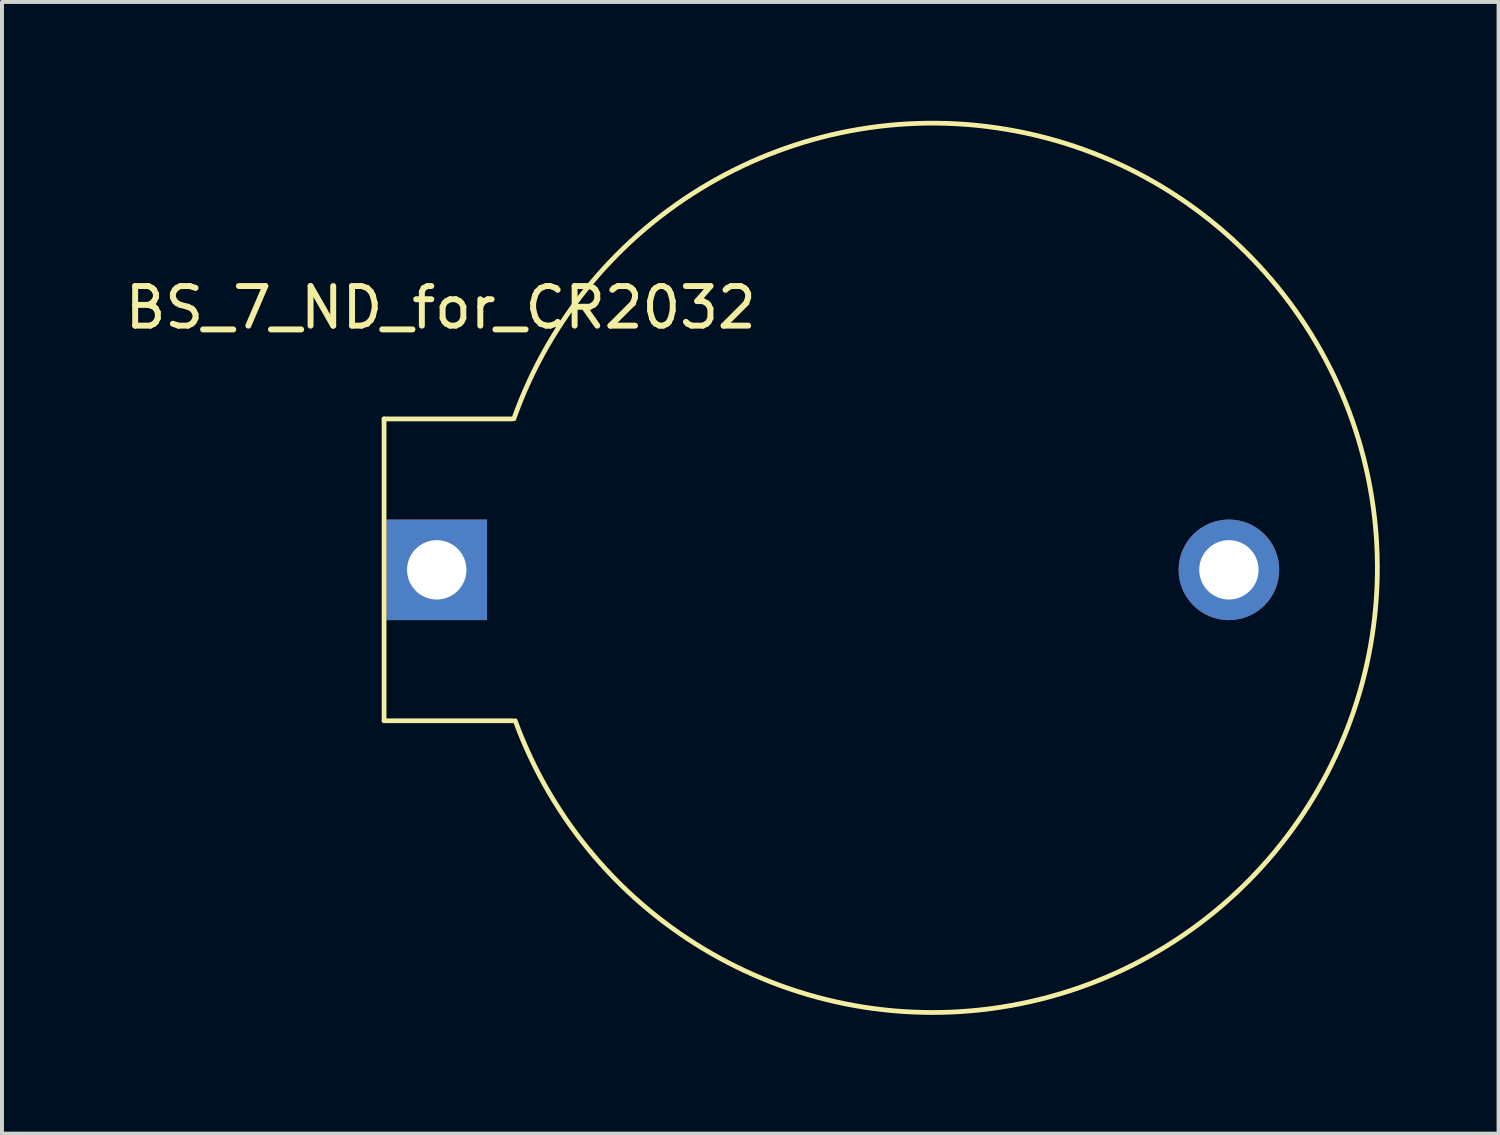
<source format=kicad_pcb>
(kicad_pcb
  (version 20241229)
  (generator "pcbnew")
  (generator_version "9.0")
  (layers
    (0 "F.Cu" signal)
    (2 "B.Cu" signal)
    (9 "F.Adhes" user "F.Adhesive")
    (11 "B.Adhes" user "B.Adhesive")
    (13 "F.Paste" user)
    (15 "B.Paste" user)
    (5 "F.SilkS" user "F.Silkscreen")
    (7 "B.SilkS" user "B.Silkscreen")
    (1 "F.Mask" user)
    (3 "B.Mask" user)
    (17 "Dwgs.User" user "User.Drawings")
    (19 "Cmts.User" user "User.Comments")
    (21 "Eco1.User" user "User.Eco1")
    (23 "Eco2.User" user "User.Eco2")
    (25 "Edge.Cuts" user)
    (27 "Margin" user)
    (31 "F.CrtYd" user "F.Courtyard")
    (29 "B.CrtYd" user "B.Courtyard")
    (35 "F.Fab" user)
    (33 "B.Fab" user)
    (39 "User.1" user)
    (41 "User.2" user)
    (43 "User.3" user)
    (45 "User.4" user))
  (footprint "BS_7_ND_for_CR2032"
    (layer "F.Cu")
    (at 7.977 11.337)
    (property "Reference" "BS_7_ND_for_CR2032" (at 0.1 -6.62 0) (layer "F.SilkS") (effects (font (size 1 1) (thickness 0.15))))
    (attr through_hole)
    (fp_line (start -1.33 -3.81) (end 1.905 -3.81) (stroke (width 0.12) (type solid)) (layer "F.SilkS"))
    (fp_line (start -1.33 3.81) (end -1.33 -3.81) (stroke (width 0.12) (type solid)) (layer "F.SilkS"))
    (fp_line (start -1.33 3.81) (end 1.905 3.81) (stroke (width 0.12) (type solid)) (layer "F.SilkS"))
    (fp_arc (start 1.945805 -3.813553) (mid 23.747873 -0.10292) (end 1.981201 3.81) (stroke (width 0.12) (type solid)) (layer "F.SilkS"))
    (pad "1" thru_hole rect (at 0 0 270) (size 2.54 2.54) (drill 1.499) (layers "*.Cu" "*.Mask"))
    (pad "2" thru_hole circle (at 20 0 270) (size 2.54 2.54) (drill 1.499) (layers "*.Cu" "*.Mask")))
  (gr_rect
    (start -3 -3)
    (end 34.785 25.572)
    (stroke (width 0.1) (type default))
    (fill no)
    (layer "Edge.Cuts")))
</source>
